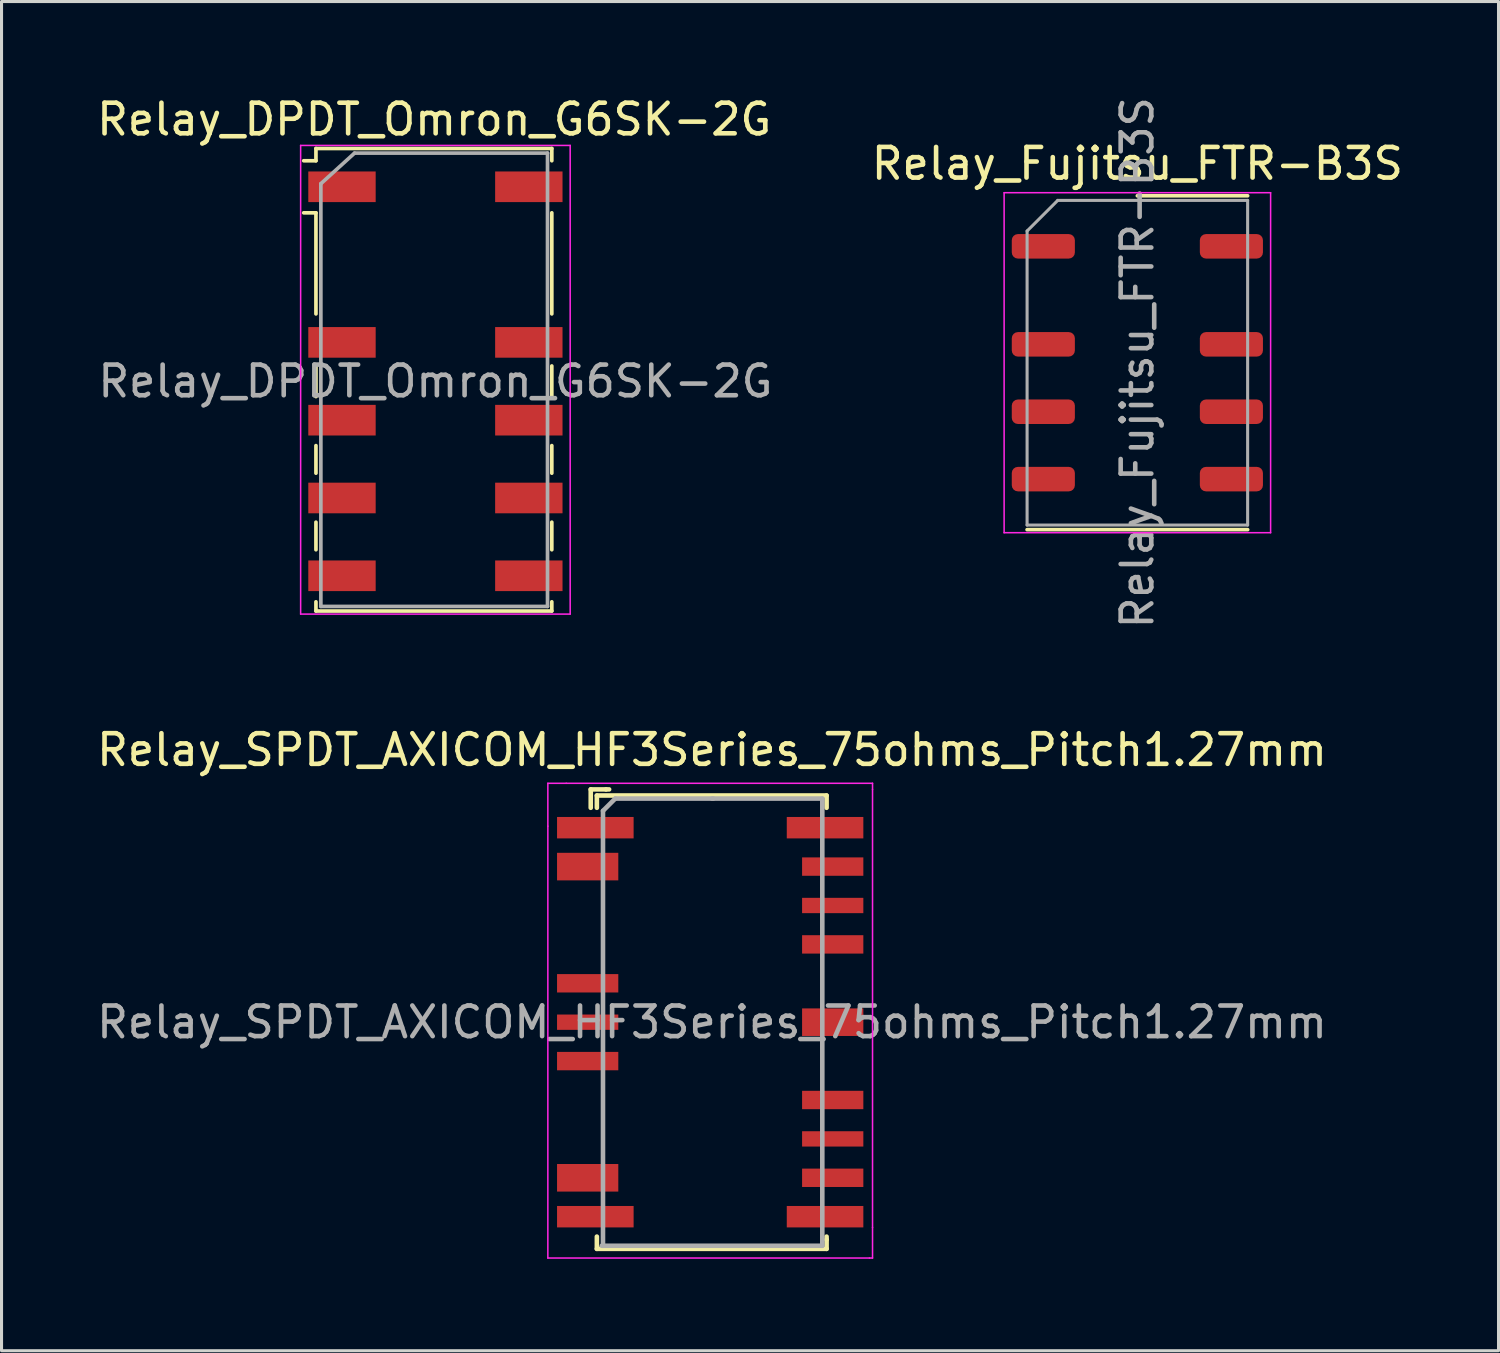
<source format=kicad_pcb>
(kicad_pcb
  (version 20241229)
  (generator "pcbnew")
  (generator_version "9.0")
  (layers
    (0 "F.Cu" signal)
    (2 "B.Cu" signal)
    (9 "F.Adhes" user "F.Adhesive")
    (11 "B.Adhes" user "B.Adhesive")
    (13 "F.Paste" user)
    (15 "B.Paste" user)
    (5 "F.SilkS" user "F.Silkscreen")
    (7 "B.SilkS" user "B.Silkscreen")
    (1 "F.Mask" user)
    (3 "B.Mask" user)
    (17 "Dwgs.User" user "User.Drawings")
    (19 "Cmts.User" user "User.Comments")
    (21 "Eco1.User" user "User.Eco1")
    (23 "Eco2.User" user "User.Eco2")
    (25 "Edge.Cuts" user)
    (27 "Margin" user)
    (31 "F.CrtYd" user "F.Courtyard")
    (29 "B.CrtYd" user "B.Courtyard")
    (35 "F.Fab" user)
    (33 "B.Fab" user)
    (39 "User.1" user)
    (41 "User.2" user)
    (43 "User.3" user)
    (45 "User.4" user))
  (footprint "Relay_SPDT_AXICOM_HF3Series_75ohms_Pitch1.27mm"
    (layer "F.Cu")
    (at 20.136 30.322)
    (property "Reference" "Relay_SPDT_AXICOM_HF3Series_75ohms_Pitch1.27mm" (at 0.06 -8.89 0) (layer "F.SilkS") (effects (font (size 1 1) (thickness 0.15))))
    (attr smd)
    (fp_line (start -3.9 -7.6) (end -3.4 -7.6) (stroke (width 0.15) (type solid)) (layer "F.SilkS"))
    (fp_line (start -3.9 -7) (end -3.9 -7.6) (stroke (width 0.15) (type solid)) (layer "F.SilkS"))
    (fp_line (start -3.7 -7.4) (end -3.7 -7) (stroke (width 0.15) (type solid)) (layer "F.SilkS"))
    (fp_line (start -3.7 7.4) (end -3.7 7) (stroke (width 0.15) (type solid)) (layer "F.SilkS"))
    (fp_line (start -3.4 -7.6) (end -3.3 -7.6) (stroke (width 0.15) (type solid)) (layer "F.SilkS"))
    (fp_line (start 3.8 -7.4) (end -3.7 -7.4) (stroke (width 0.15) (type solid)) (layer "F.SilkS"))
    (fp_line (start 3.8 -7) (end 3.8 -7.4) (stroke (width 0.15) (type solid)) (layer "F.SilkS"))
    (fp_line (start 3.8 7.1) (end 3.8 7) (stroke (width 0.15) (type solid)) (layer "F.SilkS"))
    (fp_line (start 3.8 7.1) (end 3.8 7.4) (stroke (width 0.15) (type solid)) (layer "F.SilkS"))
    (fp_line (start 3.8 7.4) (end -3.7 7.4) (stroke (width 0.15) (type solid)) (layer "F.SilkS"))
    (fp_line (start -5.3 -7.8) (end -5.3 -6.4) (stroke (width 0.05) (type solid)) (layer "F.CrtYd"))
    (fp_line (start -5.3 -6.4) (end -5.3 7.7) (stroke (width 0.05) (type solid)) (layer "F.CrtYd"))
    (fp_line (start -5.3 7.7) (end 5.2 7.7) (stroke (width 0.05) (type solid)) (layer "F.CrtYd"))
    (fp_line (start -4.7 -7.8) (end -5.3 -7.8) (stroke (width 0.05) (type solid)) (layer "F.CrtYd"))
    (fp_line (start 5.2 7.7) (end 5.3 7.7) (stroke (width 0.05) (type solid)) (layer "F.CrtYd"))
    (fp_line (start 5.3 -7.8) (end -4.7 -7.8) (stroke (width 0.05) (type solid)) (layer "F.CrtYd"))
    (fp_line (start 5.3 -7.6) (end 5.3 -7.8) (stroke (width 0.05) (type solid)) (layer "F.CrtYd"))
    (fp_line (start 5.3 6.7) (end 5.3 -7.6) (stroke (width 0.05) (type solid)) (layer "F.CrtYd"))
    (fp_line (start 5.3 7.7) (end 5.3 6.7) (stroke (width 0.05) (type solid)) (layer "F.CrtYd"))
    (fp_line (start -3.5 -6.9) (end -3.1 -7.3) (stroke (width 0.15) (type solid)) (layer "F.Fab"))
    (fp_line (start -3.5 7.3) (end -3.5 -6.9) (stroke (width 0.15) (type solid)) (layer "F.Fab"))
    (fp_line (start -3.1 -7.3) (end 0.1 -7.3) (stroke (width 0.15) (type solid)) (layer "F.Fab"))
    (fp_line (start 0.06 -7.3) (end 3.66 -7.3) (stroke (width 0.15) (type solid)) (layer "F.Fab"))
    (fp_line (start 3.66 -7.3) (end 3.66 7.3) (stroke (width 0.15) (type solid)) (layer "F.Fab"))
    (fp_line (start 3.66 7.3) (end -3.54 7.3) (stroke (width 0.15) (type solid)) (layer "F.Fab"))
    (fp_text user "${REFERENCE}" (at 0.06 0 0) (layer "F.Fab") (effects (font (size 1 1) (thickness 0.15))))
    (pad "1" smd rect (at -3.75 -6.35) (size 2.5 0.7) (layers "F.Cu" "F.Mask" "F.Paste"))
    (pad "2" smd rect (at -4 -5.08) (size 2 0.9) (layers "F.Cu" "F.Mask" "F.Paste"))
    (pad "5" smd rect (at -4 -1.27) (size 2 0.6) (layers "F.Cu" "F.Mask" "F.Paste"))
    (pad "6" smd rect (at -4 0) (size 2 0.5) (layers "F.Cu" "F.Mask" "F.Paste"))
    (pad "7" smd rect (at -4 1.27) (size 2 0.6) (layers "F.Cu" "F.Mask" "F.Paste"))
    (pad "10" smd rect (at -4 5.08) (size 2 0.9) (layers "F.Cu" "F.Mask" "F.Paste"))
    (pad "11" smd rect (at -3.75 6.35) (size 2.5 0.7) (layers "F.Cu" "F.Mask" "F.Paste"))
    (pad "12" smd rect (at 3.75 6.35) (size 2.5 0.7) (layers "F.Cu" "F.Mask" "F.Paste"))
    (pad "13" smd rect (at 4 5.08) (size 2 0.6) (layers "F.Cu" "F.Mask" "F.Paste"))
    (pad "14" smd rect (at 4 3.81) (size 2 0.5) (layers "F.Cu" "F.Mask" "F.Paste"))
    (pad "15" smd rect (at 4 2.54) (size 2 0.6) (layers "F.Cu" "F.Mask" "F.Paste"))
    (pad "17" smd rect (at 4 0) (size 2 0.9) (layers "F.Cu" "F.Mask" "F.Paste"))
    (pad "19" smd rect (at 4 -2.54) (size 2 0.6) (layers "F.Cu" "F.Mask" "F.Paste"))
    (pad "20" smd rect (at 4 -3.81) (size 2 0.5) (layers "F.Cu" "F.Mask" "F.Paste"))
    (pad "21" smd rect (at 4 -5.08) (size 2 0.6) (layers "F.Cu" "F.Mask" "F.Paste"))
    (pad "22" smd rect (at 3.75 -6.35) (size 2.5 0.7) (layers "F.Cu" "F.Mask" "F.Paste")))
  (footprint "Relay_DPDT_Omron_G6SK-2G"
    (layer "F.Cu")
    (at 11.165 9.398)
    (property "Reference" "Relay_DPDT_Omron_G6SK-2G" (at -0.04 -8.55 0) (layer "F.SilkS") (effects (font (size 1 1) (thickness 0.15))))
    (attr smd)
    (fp_line (start -4.3 -7.2) (end -3.9 -7.2) (stroke (width 0.12) (type solid)) (layer "F.SilkS"))
    (fp_line (start -3.9 -7.6) (end 3.8 -7.6) (stroke (width 0.12) (type solid)) (layer "F.SilkS"))
    (fp_line (start -3.9 -7.2) (end -3.9 -7.6) (stroke (width 0.12) (type solid)) (layer "F.SilkS"))
    (fp_line (start -3.9 -5.5) (end -4.3 -5.5) (stroke (width 0.12) (type solid)) (layer "F.SilkS"))
    (fp_line (start -3.9 -5.5) (end -3.9 -2.2) (stroke (width 0.12) (type solid)) (layer "F.SilkS"))
    (fp_line (start -3.9 -0.5) (end -3.9 0.5) (stroke (width 0.12) (type solid)) (layer "F.SilkS"))
    (fp_line (start -3.9 2.1) (end -3.9 3) (stroke (width 0.12) (type solid)) (layer "F.SilkS"))
    (fp_line (start -3.9 5.5) (end -3.9 4.6) (stroke (width 0.12) (type solid)) (layer "F.SilkS"))
    (fp_line (start -3.9 7.2) (end -3.9 7.5) (stroke (width 0.12) (type solid)) (layer "F.SilkS"))
    (fp_line (start -3.9 7.5) (end 3.8 7.5) (stroke (width 0.12) (type solid)) (layer "F.SilkS"))
    (fp_line (start 3.8 -7.6) (end 3.8 -7.2) (stroke (width 0.12) (type solid)) (layer "F.SilkS"))
    (fp_line (start 3.8 -5.5) (end 3.8 -2.2) (stroke (width 0.12) (type solid)) (layer "F.SilkS"))
    (fp_line (start 3.8 0.5) (end 3.8 -0.5) (stroke (width 0.12) (type solid)) (layer "F.SilkS"))
    (fp_line (start 3.8 3) (end 3.8 2.1) (stroke (width 0.12) (type solid)) (layer "F.SilkS"))
    (fp_line (start 3.8 4.6) (end 3.8 5.5) (stroke (width 0.12) (type solid)) (layer "F.SilkS"))
    (fp_line (start 3.8 7.5) (end 3.8 7.2) (stroke (width 0.12) (type solid)) (layer "F.SilkS"))
    (fp_line (start -4.4 -7.7) (end -4.4 7.6) (stroke (width 0.05) (type solid)) (layer "F.CrtYd"))
    (fp_line (start -4.4 -7.7) (end 4.4 -7.7) (stroke (width 0.05) (type solid)) (layer "F.CrtYd"))
    (fp_line (start 4.4 7.6) (end -4.4 7.6) (stroke (width 0.05) (type solid)) (layer "F.CrtYd"))
    (fp_line (start 4.4 7.6) (end 4.4 -7.7) (stroke (width 0.05) (type solid)) (layer "F.CrtYd"))
    (fp_line (start -3.74 -6.45) (end -2.64 -7.45) (stroke (width 0.12) (type solid)) (layer "F.Fab"))
    (fp_line (start -3.74 7.35) (end -3.74 -6.45) (stroke (width 0.12) (type solid)) (layer "F.Fab"))
    (fp_line (start -2.64 -7.45) (end 3.66 -7.45) (stroke (width 0.12) (type solid)) (layer "F.Fab"))
    (fp_line (start 3.66 -7.45) (end 3.66 7.35) (stroke (width 0.12) (type solid)) (layer "F.Fab"))
    (fp_line (start 3.66 7.35) (end -3.74 7.35) (stroke (width 0.12) (type solid)) (layer "F.Fab"))
    (fp_text user "${REFERENCE}" (at 0 0 0) (layer "F.Fab") (effects (font (size 1 1) (thickness 0.15))))
    (pad "1" smd rect (at -3.05 -6.35) (size 2.2 1) (layers "F.Cu" "F.Mask" "F.Paste"))
    (pad "3" smd rect (at -3.05 -1.27) (size 2.2 1) (layers "F.Cu" "F.Mask" "F.Paste"))
    (pad "4" smd rect (at -3.05 1.27) (size 2.2 1) (layers "F.Cu" "F.Mask" "F.Paste"))
    (pad "5" smd rect (at -3.05 3.81) (size 2.2 1) (layers "F.Cu" "F.Mask" "F.Paste"))
    (pad "6" smd rect (at -3.05 6.35) (size 2.2 1) (layers "F.Cu" "F.Mask" "F.Paste"))
    (pad "7" smd rect (at 3.05 6.35) (size 2.2 1) (layers "F.Cu" "F.Mask" "F.Paste"))
    (pad "8" smd rect (at 3.05 3.81) (size 2.2 1) (layers "F.Cu" "F.Mask" "F.Paste"))
    (pad "9" smd rect (at 3.05 1.27) (size 2.2 1) (layers "F.Cu" "F.Mask" "F.Paste"))
    (pad "10" smd rect (at 3.05 -1.27) (size 2.2 1) (layers "F.Cu" "F.Mask" "F.Paste"))
    (pad "12" smd rect (at 3.05 -6.35) (size 2.2 1) (layers "F.Cu" "F.Mask" "F.Paste")))
  (footprint "Relay_Fujitsu_FTR-B3S"
    (layer "F.Cu")
    (at 34.082 8.792)
    (property "Reference" "Relay_Fujitsu_FTR-B3S" (at 0 -6.5 0) (layer "F.SilkS") (effects (font (size 1 1) (thickness 0.15))))
    (attr smd)
    (fp_line (start -3.6 5.45) (end 3.6 5.45) (stroke (width 0.12) (type solid)) (layer "F.SilkS"))
    (fp_line (start 0 -5.45) (end 3.6 -5.45) (stroke (width 0.12) (type solid)) (layer "F.SilkS"))
    (fp_line (start -4.35 -5.55) (end -4.35 5.55) (stroke (width 0.05) (type solid)) (layer "F.CrtYd"))
    (fp_line (start -4.35 5.55) (end 4.35 5.55) (stroke (width 0.05) (type solid)) (layer "F.CrtYd"))
    (fp_line (start 4.35 -5.55) (end -4.35 -5.55) (stroke (width 0.05) (type solid)) (layer "F.CrtYd"))
    (fp_line (start 4.35 5.55) (end 4.35 -5.55) (stroke (width 0.05) (type solid)) (layer "F.CrtYd"))
    (fp_line (start -3.6 -4.3) (end -2.6 -5.3) (stroke (width 0.1) (type solid)) (layer "F.Fab"))
    (fp_line (start -3.6 5.3) (end -3.6 -4.3) (stroke (width 0.1) (type solid)) (layer "F.Fab"))
    (fp_line (start -2.6 -5.3) (end 3.6 -5.3) (stroke (width 0.1) (type solid)) (layer "F.Fab"))
    (fp_line (start 3.6 -5.3) (end 3.6 5.3) (stroke (width 0.1) (type solid)) (layer "F.Fab"))
    (fp_line (start 3.6 5.3) (end -3.6 5.3) (stroke (width 0.1) (type solid)) (layer "F.Fab"))
    (fp_text user "${REFERENCE}" (at 0 0 90) (layer "F.Fab") (effects (font (size 1 1) (thickness 0.15))))
    (pad "1" smd roundrect (at -3.07 -3.8) (size 2.06 0.8) (layers "F.Cu" "F.Mask" "F.Paste") (roundrect_rratio 0.25))
    (pad "2" smd roundrect (at -3.07 -0.6) (size 2.06 0.8) (layers "F.Cu" "F.Mask" "F.Paste") (roundrect_rratio 0.25))
    (pad "3" smd roundrect (at -3.07 1.6) (size 2.06 0.8) (layers "F.Cu" "F.Mask" "F.Paste") (roundrect_rratio 0.25))
    (pad "4" smd roundrect (at -3.07 3.8) (size 2.06 0.8) (layers "F.Cu" "F.Mask" "F.Paste") (roundrect_rratio 0.25))
    (pad "5" smd roundrect (at 3.07 3.8) (size 2.06 0.8) (layers "F.Cu" "F.Mask" "F.Paste") (roundrect_rratio 0.25))
    (pad "6" smd roundrect (at 3.07 1.6) (size 2.06 0.8) (layers "F.Cu" "F.Mask" "F.Paste") (roundrect_rratio 0.25))
    (pad "7" smd roundrect (at 3.07 -0.6) (size 2.06 0.8) (layers "F.Cu" "F.Mask" "F.Paste") (roundrect_rratio 0.25))
    (pad "8" smd roundrect (at 3.07 -3.8) (size 2.06 0.8) (layers "F.Cu" "F.Mask" "F.Paste") (roundrect_rratio 0.25)))
  (gr_rect
    (start -3 -3)
    (end 45.873 41.047)
    (stroke (width 0.1) (type default))
    (fill no)
    (layer "Edge.Cuts")))
</source>
